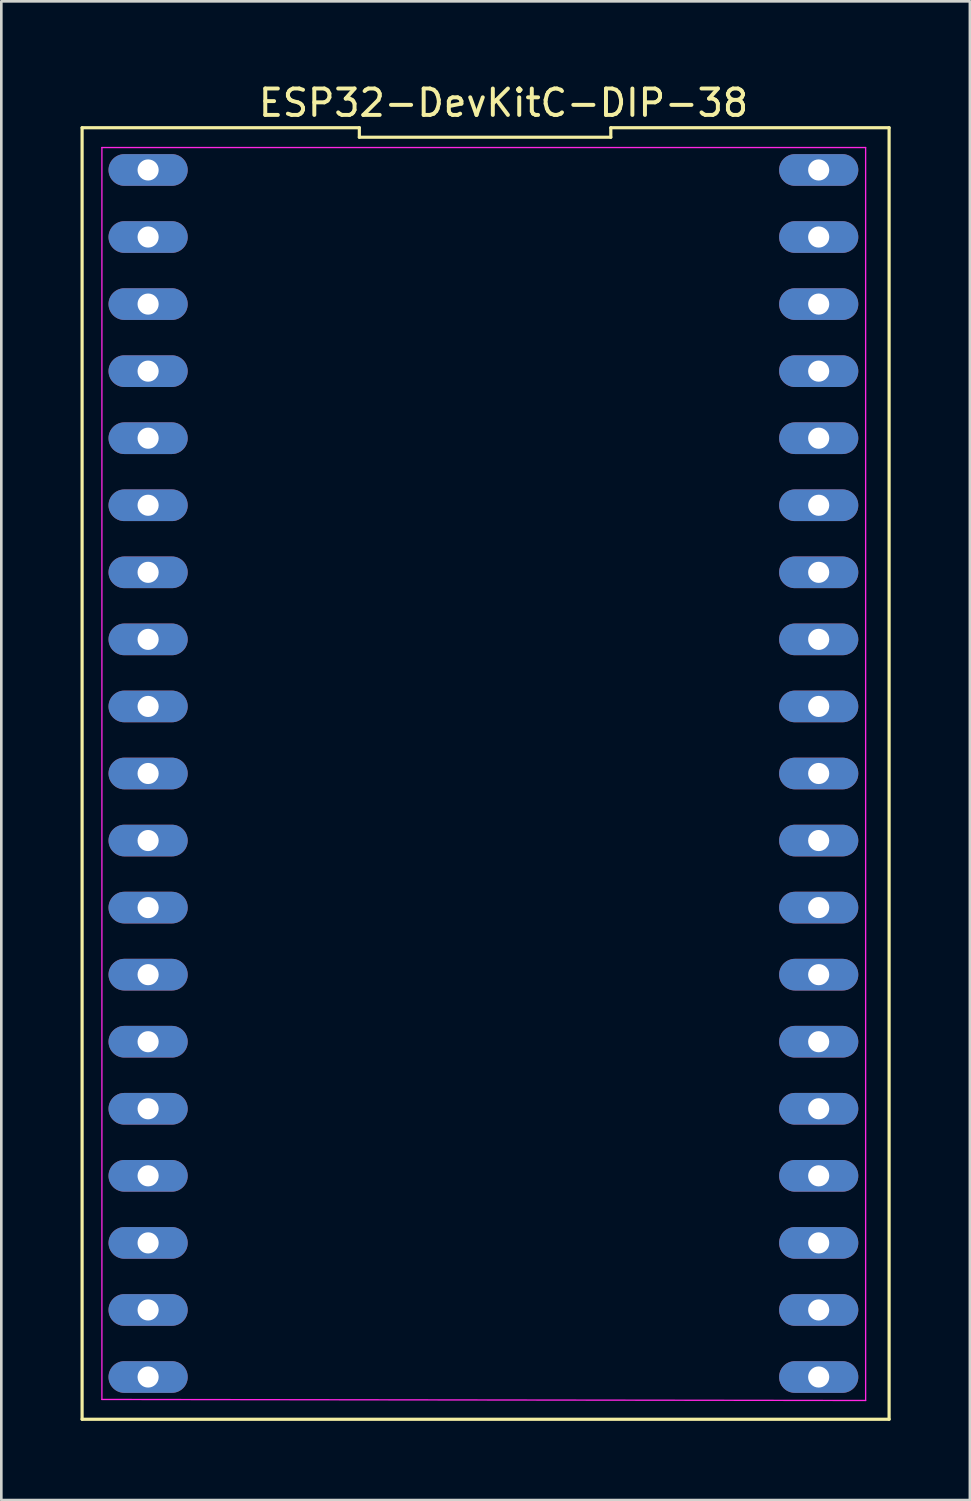
<source format=kicad_pcb>
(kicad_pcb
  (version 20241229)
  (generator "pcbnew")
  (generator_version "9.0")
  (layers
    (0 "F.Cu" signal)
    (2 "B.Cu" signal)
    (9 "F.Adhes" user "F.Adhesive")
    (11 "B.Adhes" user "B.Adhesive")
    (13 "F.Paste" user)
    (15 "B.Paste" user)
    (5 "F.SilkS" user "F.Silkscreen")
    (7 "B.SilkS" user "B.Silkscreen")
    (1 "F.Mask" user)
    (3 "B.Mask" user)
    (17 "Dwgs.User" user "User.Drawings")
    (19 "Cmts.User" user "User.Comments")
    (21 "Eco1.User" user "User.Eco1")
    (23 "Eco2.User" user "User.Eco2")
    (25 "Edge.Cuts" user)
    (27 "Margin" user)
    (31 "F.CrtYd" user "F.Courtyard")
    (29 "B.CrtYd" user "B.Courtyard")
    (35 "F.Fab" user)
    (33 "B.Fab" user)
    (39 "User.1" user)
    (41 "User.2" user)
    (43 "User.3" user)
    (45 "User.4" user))
  (footprint "ESP32-DevKitC-DIP-38"
    (layer "F.Cu")
    (at 13.99 26.248)
    (property "Reference" "ESP32-DevKitC-DIP-38" (at 2.032 -25.4 0) (layer "F.SilkS") (effects (font (size 1 1) (thickness 0.15))))
    (attr through_hole)
    (fp_line (start -13.93 24.46) (end 16.637 24.46) (stroke (width 0.12) (type solid)) (layer "F.SilkS"))
    (fp_line (start -13.93 -24.46) (end -13.93 24.46) (stroke (width 0.12) (type solid)) (layer "F.SilkS"))
    (fp_line (start -3.429 -24.46) (end -13.93 -24.46) (stroke (width 0.12) (type solid)) (layer "F.SilkS"))
    (fp_line (start -3.429 -24.1) (end -3.429 -24.46) (stroke (width 0.12) (type solid)) (layer "F.SilkS"))
    (fp_line (start 6.096 -24.46) (end 6.096 -24.1) (stroke (width 0.12) (type solid)) (layer "F.SilkS"))
    (fp_line (start 6.096 -24.1) (end -3.429 -24.1) (stroke (width 0.12) (type solid)) (layer "F.SilkS"))
    (fp_line (start 16.637 -24.46) (end 6.096 -24.46) (stroke (width 0.12) (type solid)) (layer "F.SilkS"))
    (fp_line (start 16.637 24.46) (end 16.637 -24.46) (stroke (width 0.12) (type solid)) (layer "F.SilkS"))
    (fp_line (start -13.18 -23.71) (end 15.748 -23.71) (stroke (width 0.05) (type solid)) (layer "F.CrtYd"))
    (fp_line (start -13.18 23.71) (end -13.18 -23.71) (stroke (width 0.05) (type solid)) (layer "F.CrtYd"))
    (fp_line (start 15.748 -23.71) (end 15.748 23.749) (stroke (width 0.05) (type solid)) (layer "F.CrtYd"))
    (fp_line (start 15.748 23.749) (end -13.18 23.71) (stroke (width 0.05) (type solid)) (layer "F.CrtYd"))
    (pad "1" thru_hole oval (at -11.43 -22.86 270) (size 1.2 3) (drill 0.8) (layers "*.Cu" "*.Mask"))
    (pad "2" thru_hole oval (at -11.43 -20.32 270) (size 1.2 3) (drill 0.8) (layers "*.Cu" "*.Mask"))
    (pad "3" thru_hole oval (at -11.43 -17.78 270) (size 1.2 3) (drill 0.8) (layers "*.Cu" "*.Mask"))
    (pad "4" thru_hole oval (at -11.43 -15.24 270) (size 1.2 3) (drill 0.8) (layers "*.Cu" "*.Mask"))
    (pad "5" thru_hole oval (at -11.43 -12.7 270) (size 1.2 3) (drill 0.8) (layers "*.Cu" "*.Mask"))
    (pad "6" thru_hole oval (at -11.43 -10.16 270) (size 1.2 3) (drill 0.8) (layers "*.Cu" "*.Mask"))
    (pad "7" thru_hole oval (at -11.43 -7.62 270) (size 1.2 3) (drill 0.8) (layers "*.Cu" "*.Mask"))
    (pad "8" thru_hole oval (at -11.43 -5.08 270) (size 1.2 3) (drill 0.8) (layers "*.Cu" "*.Mask"))
    (pad "9" thru_hole oval (at -11.43 -2.54 270) (size 1.2 3) (drill 0.8) (layers "*.Cu" "*.Mask"))
    (pad "10" thru_hole oval (at -11.43 0 270) (size 1.2 3) (drill 0.8) (layers "*.Cu" "*.Mask"))
    (pad "11" thru_hole oval (at -11.43 2.54 270) (size 1.2 3) (drill 0.8) (layers "*.Cu" "*.Mask"))
    (pad "12" thru_hole oval (at -11.43 5.08 270) (size 1.2 3) (drill 0.8) (layers "*.Cu" "*.Mask"))
    (pad "13" thru_hole oval (at -11.43 7.62 270) (size 1.2 3) (drill 0.8) (layers "*.Cu" "*.Mask"))
    (pad "14" thru_hole oval (at -11.43 10.16 270) (size 1.2 3) (drill 0.8) (layers "*.Cu" "*.Mask"))
    (pad "15" thru_hole oval (at -11.43 12.7 270) (size 1.2 3) (drill 0.8) (layers "*.Cu" "*.Mask"))
    (pad "16" thru_hole oval (at -11.43 15.24 270) (size 1.2 3) (drill 0.8) (layers "*.Cu" "*.Mask"))
    (pad "17" thru_hole oval (at -11.43 17.78 270) (size 1.2 3) (drill 0.8) (layers "*.Cu" "*.Mask"))
    (pad "18" thru_hole oval (at -11.43 20.32 270) (size 1.2 3) (drill 0.8) (layers "*.Cu" "*.Mask"))
    (pad "19" thru_hole oval (at -11.43 22.86 270) (size 1.2 3) (drill 0.8) (layers "*.Cu" "*.Mask"))
    (pad "20" thru_hole oval (at 13.97 22.86 270) (size 1.2 3) (drill 0.8) (layers "*.Cu" "*.Mask"))
    (pad "21" thru_hole oval (at 13.97 20.32 270) (size 1.2 3) (drill 0.8) (layers "*.Cu" "*.Mask"))
    (pad "22" thru_hole oval (at 13.97 17.78 270) (size 1.2 3) (drill 0.8) (layers "*.Cu" "*.Mask"))
    (pad "23" thru_hole oval (at 13.97 15.24 270) (size 1.2 3) (drill 0.8) (layers "*.Cu" "*.Mask"))
    (pad "24" thru_hole oval (at 13.97 12.7 270) (size 1.2 3) (drill 0.8) (layers "*.Cu" "*.Mask"))
    (pad "25" thru_hole oval (at 13.97 10.16 270) (size 1.2 3) (drill 0.8) (layers "*.Cu" "*.Mask"))
    (pad "26" thru_hole oval (at 13.97 7.62 270) (size 1.2 3) (drill 0.8) (layers "*.Cu" "*.Mask"))
    (pad "27" thru_hole oval (at 13.97 5.08 270) (size 1.2 3) (drill 0.8) (layers "*.Cu" "*.Mask"))
    (pad "28" thru_hole oval (at 13.97 2.54 270) (size 1.2 3) (drill 0.8) (layers "*.Cu" "*.Mask"))
    (pad "29" thru_hole oval (at 13.97 0 270) (size 1.2 3) (drill 0.8) (layers "*.Cu" "*.Mask"))
    (pad "30" thru_hole oval (at 13.97 -2.54 270) (size 1.2 3) (drill 0.8) (layers "*.Cu" "*.Mask"))
    (pad "31" thru_hole oval (at 13.97 -5.08 270) (size 1.2 3) (drill 0.8) (layers "*.Cu" "*.Mask"))
    (pad "32" thru_hole oval (at 13.97 -7.62 270) (size 1.2 3) (drill 0.8) (layers "*.Cu" "*.Mask"))
    (pad "33" thru_hole oval (at 13.97 -10.16 270) (size 1.2 3) (drill 0.8) (layers "*.Cu" "*.Mask"))
    (pad "34" thru_hole oval (at 13.97 -12.7 270) (size 1.2 3) (drill 0.8) (layers "*.Cu" "*.Mask"))
    (pad "35" thru_hole oval (at 13.97 -15.24 270) (size 1.2 3) (drill 0.8) (layers "*.Cu" "*.Mask"))
    (pad "36" thru_hole oval (at 13.97 -17.78 270) (size 1.2 3) (drill 0.8) (layers "*.Cu" "*.Mask"))
    (pad "37" thru_hole oval (at 13.97 -20.32 270) (size 1.2 3) (drill 0.8) (layers "*.Cu" "*.Mask"))
    (pad "38" thru_hole oval (at 13.97 -22.86 270) (size 1.2 3) (drill 0.8) (layers "*.Cu" "*.Mask")))
  (gr_rect
    (start -3 -3)
    (end 33.687 53.768)
    (stroke (width 0.1) (type default))
    (fill no)
    (layer "Edge.Cuts")))
</source>
